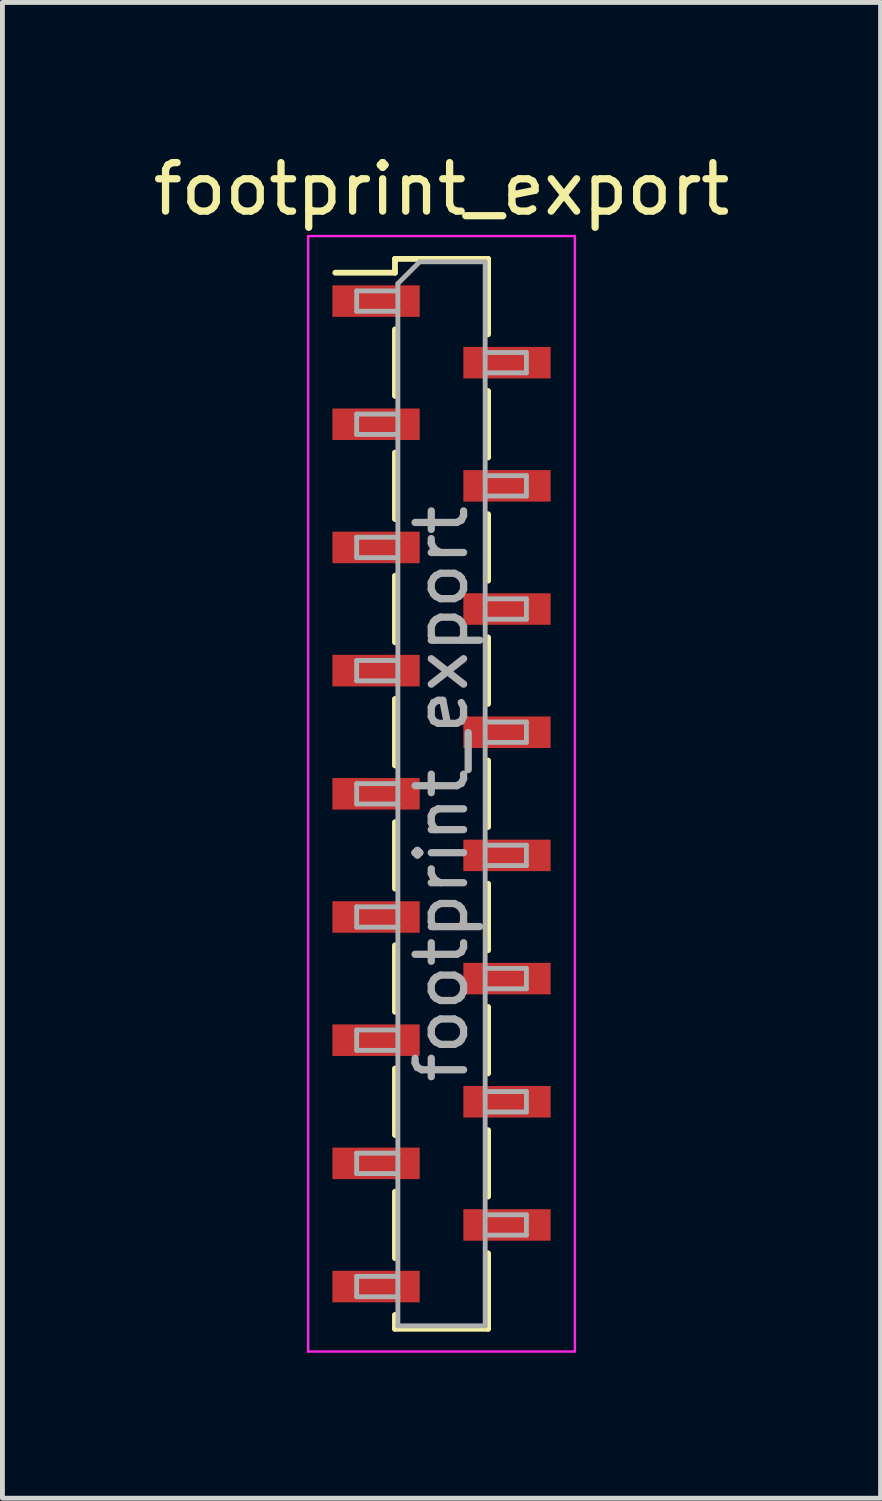
<source format=kicad_pcb>
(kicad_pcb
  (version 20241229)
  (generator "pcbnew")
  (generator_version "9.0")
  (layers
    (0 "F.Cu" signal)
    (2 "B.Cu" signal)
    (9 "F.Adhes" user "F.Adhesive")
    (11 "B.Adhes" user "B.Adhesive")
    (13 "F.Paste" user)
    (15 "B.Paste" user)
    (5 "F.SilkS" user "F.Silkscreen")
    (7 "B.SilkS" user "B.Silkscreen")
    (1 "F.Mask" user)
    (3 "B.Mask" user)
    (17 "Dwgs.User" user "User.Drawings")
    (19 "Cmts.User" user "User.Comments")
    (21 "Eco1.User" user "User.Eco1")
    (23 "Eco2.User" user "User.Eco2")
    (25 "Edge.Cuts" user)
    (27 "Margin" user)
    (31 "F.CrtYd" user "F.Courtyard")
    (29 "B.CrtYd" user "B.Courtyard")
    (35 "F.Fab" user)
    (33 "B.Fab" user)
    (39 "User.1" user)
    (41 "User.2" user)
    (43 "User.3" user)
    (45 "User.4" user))
  (footprint "footprint_export"
    (layer "F.Cu")
    (at 6.054 13.318)
    (property "Reference" "footprint_export" (at 0 -12.47 0) (layer "F.SilkS") (effects (font (size 1 1) (thickness 0.15))))
    (attr smd)
    (fp_line (start -2.19 -10.745) (end -0.96 -10.745) (stroke (width 0.12) (type solid)) (layer "F.SilkS"))
    (fp_line (start -0.96 -11.03) (end -0.96 -10.745) (stroke (width 0.12) (type solid)) (layer "F.SilkS"))
    (fp_line (start -0.96 -11.03) (end 0.96 -11.03) (stroke (width 0.12) (type solid)) (layer "F.SilkS"))
    (fp_line (start -0.96 -9.575) (end -0.96 -8.205) (stroke (width 0.12) (type solid)) (layer "F.SilkS"))
    (fp_line (start -0.96 -7.035) (end -0.96 -5.665) (stroke (width 0.12) (type solid)) (layer "F.SilkS"))
    (fp_line (start -0.96 -4.495) (end -0.96 -3.125) (stroke (width 0.12) (type solid)) (layer "F.SilkS"))
    (fp_line (start -0.96 -1.955) (end -0.96 -0.585) (stroke (width 0.12) (type solid)) (layer "F.SilkS"))
    (fp_line (start -0.96 0.585) (end -0.96 1.955) (stroke (width 0.12) (type solid)) (layer "F.SilkS"))
    (fp_line (start -0.96 3.125) (end -0.96 4.495) (stroke (width 0.12) (type solid)) (layer "F.SilkS"))
    (fp_line (start -0.96 5.665) (end -0.96 7.035) (stroke (width 0.12) (type solid)) (layer "F.SilkS"))
    (fp_line (start -0.96 8.205) (end -0.96 9.575) (stroke (width 0.12) (type solid)) (layer "F.SilkS"))
    (fp_line (start -0.96 10.745) (end -0.96 11.03) (stroke (width 0.12) (type solid)) (layer "F.SilkS"))
    (fp_line (start -0.96 11.03) (end 0.96 11.03) (stroke (width 0.12) (type solid)) (layer "F.SilkS"))
    (fp_line (start 0.96 -11.03) (end 0.96 -9.475) (stroke (width 0.12) (type solid)) (layer "F.SilkS"))
    (fp_line (start 0.96 -8.305) (end 0.96 -6.935) (stroke (width 0.12) (type solid)) (layer "F.SilkS"))
    (fp_line (start 0.96 -5.765) (end 0.96 -4.395) (stroke (width 0.12) (type solid)) (layer "F.SilkS"))
    (fp_line (start 0.96 -3.225) (end 0.96 -1.855) (stroke (width 0.12) (type solid)) (layer "F.SilkS"))
    (fp_line (start 0.96 -0.685) (end 0.96 0.685) (stroke (width 0.12) (type solid)) (layer "F.SilkS"))
    (fp_line (start 0.96 1.855) (end 0.96 3.225) (stroke (width 0.12) (type solid)) (layer "F.SilkS"))
    (fp_line (start 0.96 4.395) (end 0.96 5.765) (stroke (width 0.12) (type solid)) (layer "F.SilkS"))
    (fp_line (start 0.96 6.935) (end 0.96 8.305) (stroke (width 0.12) (type solid)) (layer "F.SilkS"))
    (fp_line (start 0.96 9.475) (end 0.96 11.03) (stroke (width 0.12) (type solid)) (layer "F.SilkS"))
    (fp_line (start -2.75 -11.5) (end 2.75 -11.5) (stroke (width 0.05) (type solid)) (layer "F.CrtYd"))
    (fp_line (start -2.75 11.5) (end -2.75 -11.5) (stroke (width 0.05) (type solid)) (layer "F.CrtYd"))
    (fp_line (start 2.75 -11.5) (end 2.75 11.5) (stroke (width 0.05) (type solid)) (layer "F.CrtYd"))
    (fp_line (start 2.75 11.5) (end -2.75 11.5) (stroke (width 0.05) (type solid)) (layer "F.CrtYd"))
    (fp_line (start -1.75 -10.37) (end -0.9 -10.37) (stroke (width 0.1) (type solid)) (layer "F.Fab"))
    (fp_line (start -1.75 -9.95) (end -1.75 -10.37) (stroke (width 0.1) (type solid)) (layer "F.Fab"))
    (fp_line (start -1.75 -7.83) (end -0.9 -7.83) (stroke (width 0.1) (type solid)) (layer "F.Fab"))
    (fp_line (start -1.75 -7.41) (end -1.75 -7.83) (stroke (width 0.1) (type solid)) (layer "F.Fab"))
    (fp_line (start -1.75 -5.29) (end -0.9 -5.29) (stroke (width 0.1) (type solid)) (layer "F.Fab"))
    (fp_line (start -1.75 -4.87) (end -1.75 -5.29) (stroke (width 0.1) (type solid)) (layer "F.Fab"))
    (fp_line (start -1.75 -2.75) (end -0.9 -2.75) (stroke (width 0.1) (type solid)) (layer "F.Fab"))
    (fp_line (start -1.75 -2.33) (end -1.75 -2.75) (stroke (width 0.1) (type solid)) (layer "F.Fab"))
    (fp_line (start -1.75 -0.21) (end -0.9 -0.21) (stroke (width 0.1) (type solid)) (layer "F.Fab"))
    (fp_line (start -1.75 0.21) (end -1.75 -0.21) (stroke (width 0.1) (type solid)) (layer "F.Fab"))
    (fp_line (start -1.75 2.33) (end -0.9 2.33) (stroke (width 0.1) (type solid)) (layer "F.Fab"))
    (fp_line (start -1.75 2.75) (end -1.75 2.33) (stroke (width 0.1) (type solid)) (layer "F.Fab"))
    (fp_line (start -1.75 4.87) (end -0.9 4.87) (stroke (width 0.1) (type solid)) (layer "F.Fab"))
    (fp_line (start -1.75 5.29) (end -1.75 4.87) (stroke (width 0.1) (type solid)) (layer "F.Fab"))
    (fp_line (start -1.75 7.41) (end -0.9 7.41) (stroke (width 0.1) (type solid)) (layer "F.Fab"))
    (fp_line (start -1.75 7.83) (end -1.75 7.41) (stroke (width 0.1) (type solid)) (layer "F.Fab"))
    (fp_line (start -1.75 9.95) (end -0.9 9.95) (stroke (width 0.1) (type solid)) (layer "F.Fab"))
    (fp_line (start -1.75 10.37) (end -1.75 9.95) (stroke (width 0.1) (type solid)) (layer "F.Fab"))
    (fp_line (start -0.9 -10.52) (end -0.45 -10.97) (stroke (width 0.1) (type solid)) (layer "F.Fab"))
    (fp_line (start -0.9 -9.95) (end -1.75 -9.95) (stroke (width 0.1) (type solid)) (layer "F.Fab"))
    (fp_line (start -0.9 -7.41) (end -1.75 -7.41) (stroke (width 0.1) (type solid)) (layer "F.Fab"))
    (fp_line (start -0.9 -4.87) (end -1.75 -4.87) (stroke (width 0.1) (type solid)) (layer "F.Fab"))
    (fp_line (start -0.9 -2.33) (end -1.75 -2.33) (stroke (width 0.1) (type solid)) (layer "F.Fab"))
    (fp_line (start -0.9 0.21) (end -1.75 0.21) (stroke (width 0.1) (type solid)) (layer "F.Fab"))
    (fp_line (start -0.9 2.75) (end -1.75 2.75) (stroke (width 0.1) (type solid)) (layer "F.Fab"))
    (fp_line (start -0.9 5.29) (end -1.75 5.29) (stroke (width 0.1) (type solid)) (layer "F.Fab"))
    (fp_line (start -0.9 7.83) (end -1.75 7.83) (stroke (width 0.1) (type solid)) (layer "F.Fab"))
    (fp_line (start -0.9 10.37) (end -1.75 10.37) (stroke (width 0.1) (type solid)) (layer "F.Fab"))
    (fp_line (start -0.9 10.97) (end -0.9 -10.52) (stroke (width 0.1) (type solid)) (layer "F.Fab"))
    (fp_line (start -0.45 -10.97) (end 0.9 -10.97) (stroke (width 0.1) (type solid)) (layer "F.Fab"))
    (fp_line (start 0.9 -10.97) (end 0.9 10.97) (stroke (width 0.1) (type solid)) (layer "F.Fab"))
    (fp_line (start 0.9 -9.1) (end 1.75 -9.1) (stroke (width 0.1) (type solid)) (layer "F.Fab"))
    (fp_line (start 0.9 -6.56) (end 1.75 -6.56) (stroke (width 0.1) (type solid)) (layer "F.Fab"))
    (fp_line (start 0.9 -4.02) (end 1.75 -4.02) (stroke (width 0.1) (type solid)) (layer "F.Fab"))
    (fp_line (start 0.9 -1.48) (end 1.75 -1.48) (stroke (width 0.1) (type solid)) (layer "F.Fab"))
    (fp_line (start 0.9 1.06) (end 1.75 1.06) (stroke (width 0.1) (type solid)) (layer "F.Fab"))
    (fp_line (start 0.9 3.6) (end 1.75 3.6) (stroke (width 0.1) (type solid)) (layer "F.Fab"))
    (fp_line (start 0.9 6.14) (end 1.75 6.14) (stroke (width 0.1) (type solid)) (layer "F.Fab"))
    (fp_line (start 0.9 8.68) (end 1.75 8.68) (stroke (width 0.1) (type solid)) (layer "F.Fab"))
    (fp_line (start 0.9 10.97) (end -0.9 10.97) (stroke (width 0.1) (type solid)) (layer "F.Fab"))
    (fp_line (start 1.75 -9.1) (end 1.75 -8.68) (stroke (width 0.1) (type solid)) (layer "F.Fab"))
    (fp_line (start 1.75 -8.68) (end 0.9 -8.68) (stroke (width 0.1) (type solid)) (layer "F.Fab"))
    (fp_line (start 1.75 -6.56) (end 1.75 -6.14) (stroke (width 0.1) (type solid)) (layer "F.Fab"))
    (fp_line (start 1.75 -6.14) (end 0.9 -6.14) (stroke (width 0.1) (type solid)) (layer "F.Fab"))
    (fp_line (start 1.75 -4.02) (end 1.75 -3.6) (stroke (width 0.1) (type solid)) (layer "F.Fab"))
    (fp_line (start 1.75 -3.6) (end 0.9 -3.6) (stroke (width 0.1) (type solid)) (layer "F.Fab"))
    (fp_line (start 1.75 -1.48) (end 1.75 -1.06) (stroke (width 0.1) (type solid)) (layer "F.Fab"))
    (fp_line (start 1.75 -1.06) (end 0.9 -1.06) (stroke (width 0.1) (type solid)) (layer "F.Fab"))
    (fp_line (start 1.75 1.06) (end 1.75 1.48) (stroke (width 0.1) (type solid)) (layer "F.Fab"))
    (fp_line (start 1.75 1.48) (end 0.9 1.48) (stroke (width 0.1) (type solid)) (layer "F.Fab"))
    (fp_line (start 1.75 3.6) (end 1.75 4.02) (stroke (width 0.1) (type solid)) (layer "F.Fab"))
    (fp_line (start 1.75 4.02) (end 0.9 4.02) (stroke (width 0.1) (type solid)) (layer "F.Fab"))
    (fp_line (start 1.75 6.14) (end 1.75 6.56) (stroke (width 0.1) (type solid)) (layer "F.Fab"))
    (fp_line (start 1.75 6.56) (end 0.9 6.56) (stroke (width 0.1) (type solid)) (layer "F.Fab"))
    (fp_line (start 1.75 8.68) (end 1.75 9.1) (stroke (width 0.1) (type solid)) (layer "F.Fab"))
    (fp_line (start 1.75 9.1) (end 0.9 9.1) (stroke (width 0.1) (type solid)) (layer "F.Fab"))
    (fp_text user "${REFERENCE}" (at 0 0 90) (layer "F.Fab") (effects (font (size 1 1) (thickness 0.15))))
    (pad "1" smd rect (at -1.35 -10.16) (size 1.8 0.65) (layers "F.Cu" "F.Mask" "F.Paste"))
    (pad "2" smd rect (at 1.35 -8.89) (size 1.8 0.65) (layers "F.Cu" "F.Mask" "F.Paste"))
    (pad "3" smd rect (at -1.35 -7.62) (size 1.8 0.65) (layers "F.Cu" "F.Mask" "F.Paste"))
    (pad "4" smd rect (at 1.35 -6.35) (size 1.8 0.65) (layers "F.Cu" "F.Mask" "F.Paste"))
    (pad "5" smd rect (at -1.35 -5.08) (size 1.8 0.65) (layers "F.Cu" "F.Mask" "F.Paste"))
    (pad "6" smd rect (at 1.35 -3.81) (size 1.8 0.65) (layers "F.Cu" "F.Mask" "F.Paste"))
    (pad "7" smd rect (at -1.35 -2.54) (size 1.8 0.65) (layers "F.Cu" "F.Mask" "F.Paste"))
    (pad "8" smd rect (at 1.35 -1.27) (size 1.8 0.65) (layers "F.Cu" "F.Mask" "F.Paste"))
    (pad "9" smd rect (at -1.35 0) (size 1.8 0.65) (layers "F.Cu" "F.Mask" "F.Paste"))
    (pad "10" smd rect (at 1.35 1.27) (size 1.8 0.65) (layers "F.Cu" "F.Mask" "F.Paste"))
    (pad "11" smd rect (at -1.35 2.54) (size 1.8 0.65) (layers "F.Cu" "F.Mask" "F.Paste"))
    (pad "12" smd rect (at 1.35 3.81) (size 1.8 0.65) (layers "F.Cu" "F.Mask" "F.Paste"))
    (pad "13" smd rect (at -1.35 5.08) (size 1.8 0.65) (layers "F.Cu" "F.Mask" "F.Paste"))
    (pad "14" smd rect (at 1.35 6.35) (size 1.8 0.65) (layers "F.Cu" "F.Mask" "F.Paste"))
    (pad "15" smd rect (at -1.35 7.62) (size 1.8 0.65) (layers "F.Cu" "F.Mask" "F.Paste"))
    (pad "16" smd rect (at 1.35 8.89) (size 1.8 0.65) (layers "F.Cu" "F.Mask" "F.Paste"))
    (pad "17" smd rect (at -1.35 10.16) (size 1.8 0.65) (layers "F.Cu" "F.Mask" "F.Paste")))
  (gr_rect
    (start -3 -3)
    (end 15.107 27.843)
    (stroke (width 0.1) (type default))
    (fill no)
    (layer "Edge.Cuts")))
</source>
